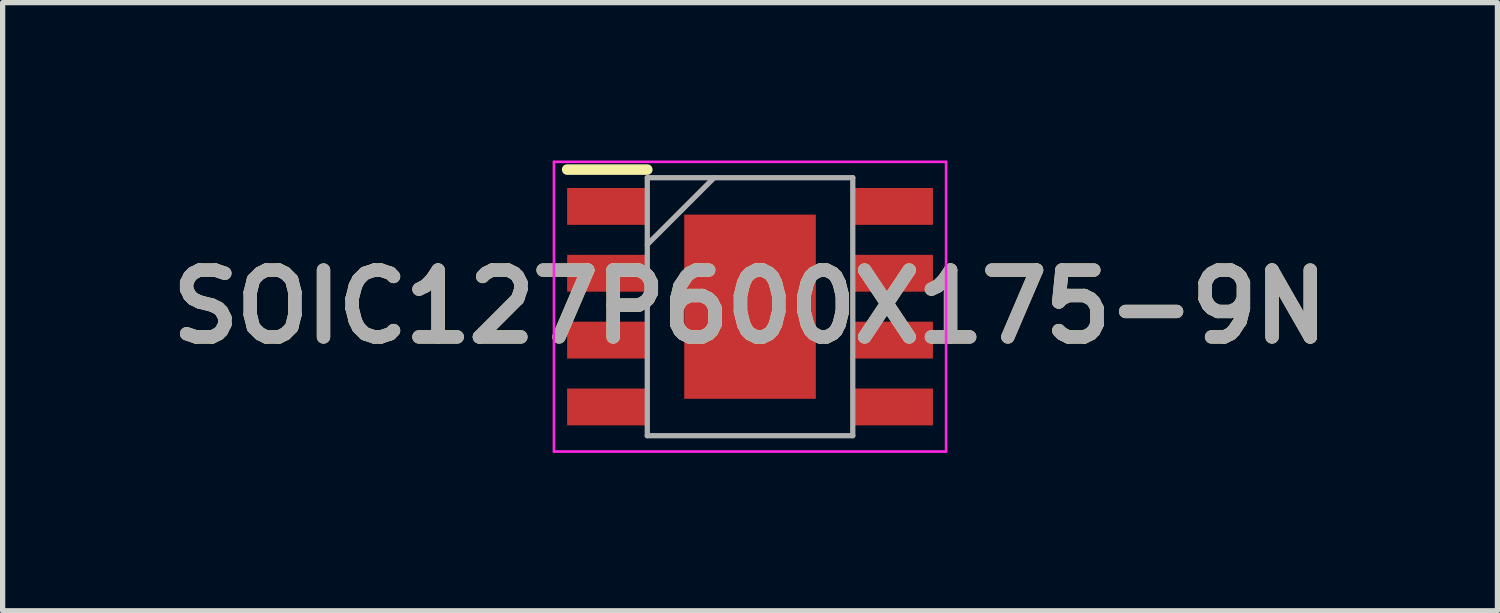
<source format=kicad_pcb>
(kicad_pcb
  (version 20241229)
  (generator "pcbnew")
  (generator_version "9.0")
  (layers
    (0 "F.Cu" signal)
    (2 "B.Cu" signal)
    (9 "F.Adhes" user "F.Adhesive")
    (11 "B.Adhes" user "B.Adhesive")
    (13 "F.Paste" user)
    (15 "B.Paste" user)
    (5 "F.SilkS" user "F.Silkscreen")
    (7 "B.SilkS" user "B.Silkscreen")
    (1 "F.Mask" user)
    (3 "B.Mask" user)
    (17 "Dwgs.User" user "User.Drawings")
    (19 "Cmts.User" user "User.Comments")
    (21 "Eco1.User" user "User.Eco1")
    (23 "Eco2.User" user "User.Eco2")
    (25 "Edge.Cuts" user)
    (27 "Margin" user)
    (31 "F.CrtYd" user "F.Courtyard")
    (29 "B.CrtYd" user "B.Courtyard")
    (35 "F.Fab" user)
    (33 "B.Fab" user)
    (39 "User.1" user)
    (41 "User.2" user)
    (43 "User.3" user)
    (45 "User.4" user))
  (footprint "SOIC127P600X175-9N"
    (layer "F.Cu")
    (at 11.2 2.777)
    (property "Reference" "SOIC127P600X175-9N" (at 0 0 0) (layer "F.SilkS") (effects (font (size 1.27 1.27) (thickness 0.254))))
    (attr smd)
    (fp_line (start -3.475 -2.605) (end -1.952 -2.605) (stroke (width 0.2) (type solid)) (layer "F.SilkS"))
    (fp_line (start -3.725 -2.752) (end 3.725 -2.752) (stroke (width 0.05) (type solid)) (layer "F.CrtYd"))
    (fp_line (start -3.725 2.752) (end -3.725 -2.752) (stroke (width 0.05) (type solid)) (layer "F.CrtYd"))
    (fp_line (start 3.725 -2.752) (end 3.725 2.752) (stroke (width 0.05) (type solid)) (layer "F.CrtYd"))
    (fp_line (start 3.725 2.752) (end -3.725 2.752) (stroke (width 0.05) (type solid)) (layer "F.CrtYd"))
    (fp_line (start -1.952 -2.451) (end 1.952 -2.451) (stroke (width 0.1) (type solid)) (layer "F.Fab"))
    (fp_line (start -1.952 -1.181) (end -0.682 -2.451) (stroke (width 0.1) (type solid)) (layer "F.Fab"))
    (fp_line (start -1.952 2.451) (end -1.952 -2.451) (stroke (width 0.1) (type solid)) (layer "F.Fab"))
    (fp_line (start 1.952 -2.451) (end 1.952 2.451) (stroke (width 0.1) (type solid)) (layer "F.Fab"))
    (fp_line (start 1.952 2.451) (end -1.952 2.451) (stroke (width 0.1) (type solid)) (layer "F.Fab"))
    (fp_text user "${REFERENCE}" (at 0 0 0) (layer "F.Fab") (effects (font (size 1.27 1.27) (thickness 0.254))))
    (pad "1" smd rect (at -2.714 -1.905 90) (size 0.7 1.522) (layers "F.Cu" "F.Mask" "F.Paste"))
    (pad "2" smd rect (at -2.714 -0.635 90) (size 0.7 1.522) (layers "F.Cu" "F.Mask" "F.Paste"))
    (pad "3" smd rect (at -2.714 0.635 90) (size 0.7 1.522) (layers "F.Cu" "F.Mask" "F.Paste"))
    (pad "4" smd rect (at -2.714 1.905 90) (size 0.7 1.522) (layers "F.Cu" "F.Mask" "F.Paste"))
    (pad "5" smd rect (at 2.714 1.905 90) (size 0.7 1.522) (layers "F.Cu" "F.Mask" "F.Paste"))
    (pad "6" smd rect (at 2.714 0.635 90) (size 0.7 1.522) (layers "F.Cu" "F.Mask" "F.Paste"))
    (pad "7" smd rect (at 2.714 -0.635 90) (size 0.7 1.522) (layers "F.Cu" "F.Mask" "F.Paste"))
    (pad "8" smd rect (at 2.714 -1.905 90) (size 0.7 1.522) (layers "F.Cu" "F.Mask" "F.Paste"))
    (pad "9" smd rect (at 0 0) (size 2.5 3.5) (layers "F.Cu" "F.Mask" "F.Paste")))
  (gr_rect
    (start -3 -3)
    (end 25.4 8.554)
    (stroke (width 0.1) (type default))
    (fill no)
    (layer "Edge.Cuts")))
</source>
